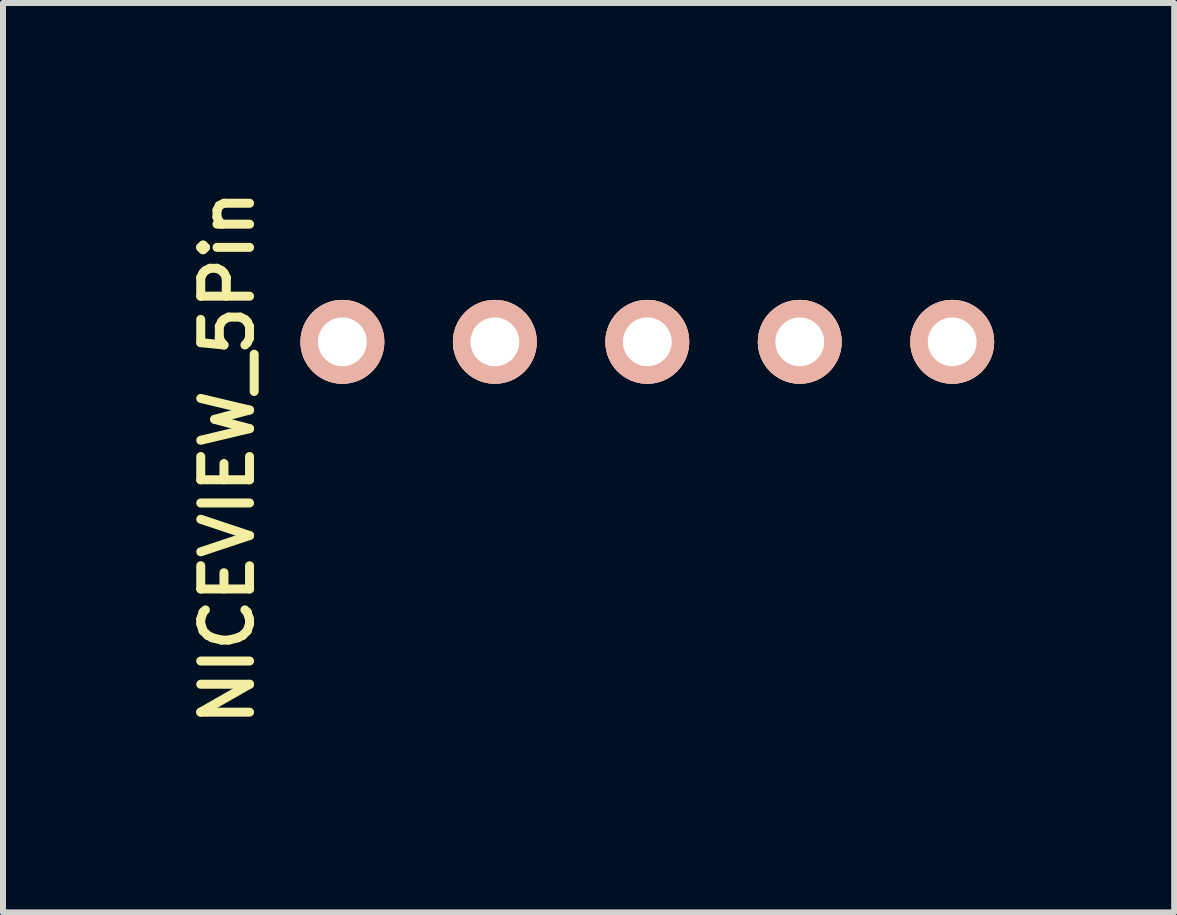
<source format=kicad_pcb>
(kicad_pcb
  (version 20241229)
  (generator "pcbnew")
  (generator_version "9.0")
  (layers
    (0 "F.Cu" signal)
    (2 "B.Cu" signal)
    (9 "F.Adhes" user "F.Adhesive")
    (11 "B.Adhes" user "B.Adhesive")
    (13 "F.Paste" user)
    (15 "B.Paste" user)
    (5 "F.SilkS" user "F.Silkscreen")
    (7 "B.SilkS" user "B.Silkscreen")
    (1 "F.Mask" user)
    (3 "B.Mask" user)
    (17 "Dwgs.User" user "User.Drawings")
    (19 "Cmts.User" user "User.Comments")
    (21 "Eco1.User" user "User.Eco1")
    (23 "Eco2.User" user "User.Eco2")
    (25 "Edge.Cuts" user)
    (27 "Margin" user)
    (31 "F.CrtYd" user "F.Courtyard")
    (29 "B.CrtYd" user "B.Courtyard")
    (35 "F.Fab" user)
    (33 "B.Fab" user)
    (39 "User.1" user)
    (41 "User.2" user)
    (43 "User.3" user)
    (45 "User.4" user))
  (footprint "NICEVIEW_5Pin"
    (layer "F.Cu")
    (at 2.654 2.645)
    (property "Reference" "NICEVIEW_5Pin" (at -1.915 1.93 90) (layer "F.SilkS") (effects (font (size 0.813 0.813) (thickness 0.15))))
    (attr through_hole)
    (pad "1" thru_hole circle (at 0 0) (size 1.397 1.397) (drill 0.813) (layers "*.Cu" "*.Adhes" "*.Paste" "*.SilkS" "*.Mask"))
    (pad "2" thru_hole circle (at 2.54 0) (size 1.397 1.397) (drill 0.813) (layers "*.Cu" "*.Adhes" "*.Paste" "*.SilkS" "*.Mask"))
    (pad "3" thru_hole circle (at 5.08 0) (size 1.397 1.397) (drill 0.813) (layers "*.Cu" "*.Adhes" "*.Paste" "*.SilkS" "*.Mask"))
    (pad "4" thru_hole circle (at 7.62 0) (size 1.397 1.397) (drill 0.813) (layers "*.Cu" "*.Adhes" "*.Paste" "*.SilkS" "*.Mask"))
    (pad "5" thru_hole circle (at 10.16 0) (size 1.397 1.397) (drill 0.813) (layers "*.Cu" "*.Adhes" "*.Paste" "*.SilkS" "*.Mask")))
  (gr_rect
    (start -3 -3)
    (end 16.512 12.151)
    (stroke (width 0.1) (type default))
    (fill no)
    (layer "Edge.Cuts")))
</source>
